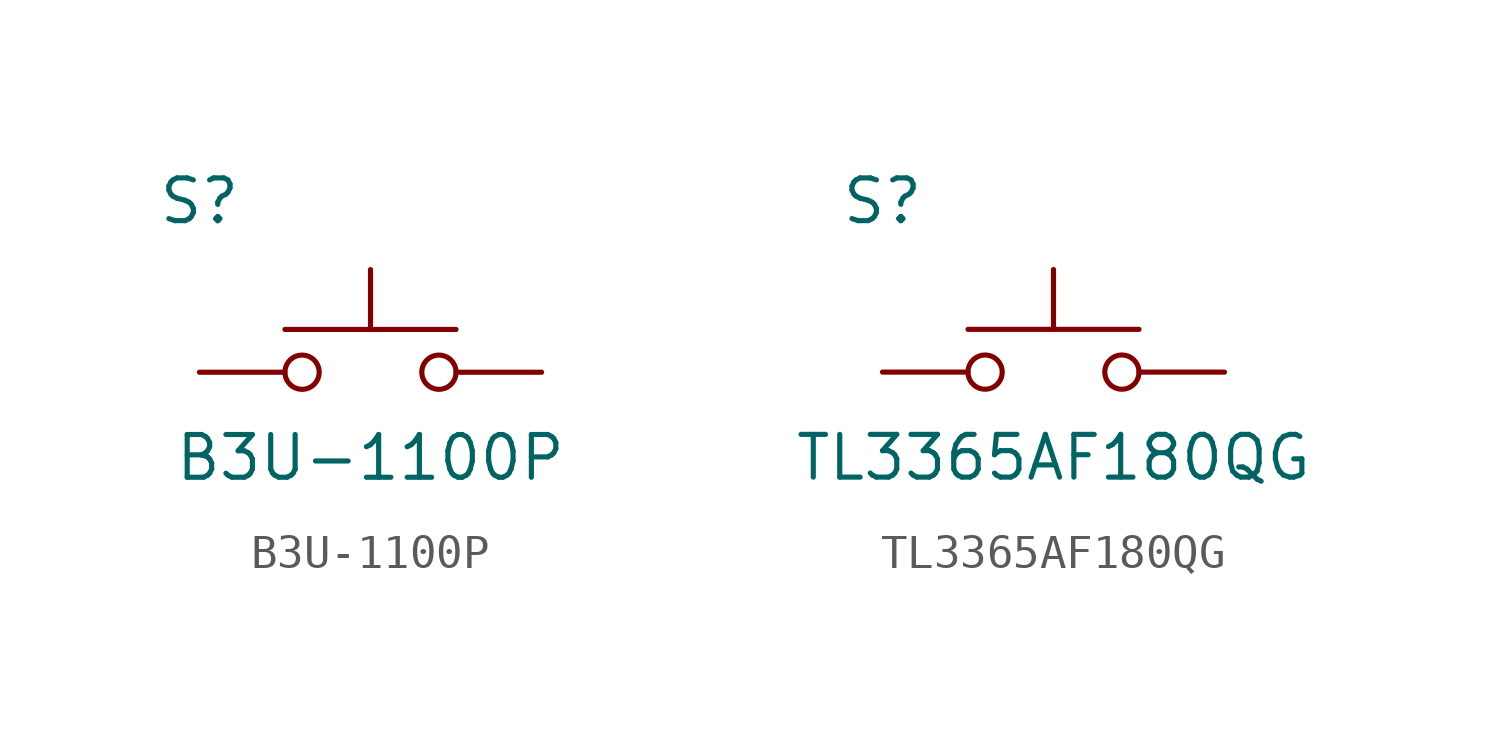
<source format=kicad_sym>
(kicad_symbol_lib
  (version 20231120)
  (generator "kicad_symbol_editor")
  (generator_version "8.0")
  (symbol "B3U-1100P"
    (pin_numbers hide)
    (pin_names hide)
    (property "Reference" "S"
      (at -5.08 5.08 0)
      (effects (font (size 1.27 1.27))))
    (property "Value" "B3U-1100P"
      (at 0 -2.54 0)
      (effects (font (size 1.27 1.27))))
    (symbol "B3U-1100P_0_1"
      (circle (center -2.032 0) (radius 0.508) (stroke (width 0) (type default)) (fill (type none)))
      (polyline (pts (xy 0 1.27) (xy 0 3.048)) (stroke (width 0) (type default)) (fill (type none)))
      (polyline (pts (xy 2.54 1.27) (xy -2.54 1.27)) (stroke (width 0) (type default)) (fill (type none)))
      (circle (center 2.032 0) (radius 0.508) (stroke (width 0) (type default)) (fill (type none)))
      (pin passive line (at -5.08 0 0) (length 2.54) (name "1" (effects (font (size 1.27 1.27)))) (number "1" (effects (font (size 1.27 1.27)))))
      (pin passive line (at 5.08 0 180) (length 2.54) (name "2" (effects (font (size 1.27 1.27)))) (number "2" (effects (font (size 1.27 1.27)))))))
  (symbol "TL3365AF180QG"
    (pin_numbers hide)
    (pin_names hide)
    (property "Reference" "S"
      (at -5.08 5.08 0)
      (effects (font (size 1.27 1.27))))
    (property "Value" "TL3365AF180QG"
      (at 0 -2.54 0)
      (effects (font (size 1.27 1.27))))
    (symbol "TL3365AF180QG_0_1"
      (circle (center -2.032 0) (radius 0.508) (stroke (width 0) (type default)) (fill (type none)))
      (polyline (pts (xy 0 1.27) (xy 0 3.048)) (stroke (width 0) (type default)) (fill (type none)))
      (polyline (pts (xy 2.54 1.27) (xy -2.54 1.27)) (stroke (width 0) (type default)) (fill (type none)))
      (circle (center 2.032 0) (radius 0.508) (stroke (width 0) (type default)) (fill (type none)))
      (pin passive line (at -5.08 0 0) (length 2.54) (name "1" (effects (font (size 1.27 1.27)))) (number "1" (effects (font (size 1.27 1.27)))))
      (pin passive line (at 5.08 0 180) (length 2.54) (name "2" (effects (font (size 1.27 1.27)))) (number "2" (effects (font (size 1.27 1.27))))))))
</source>
